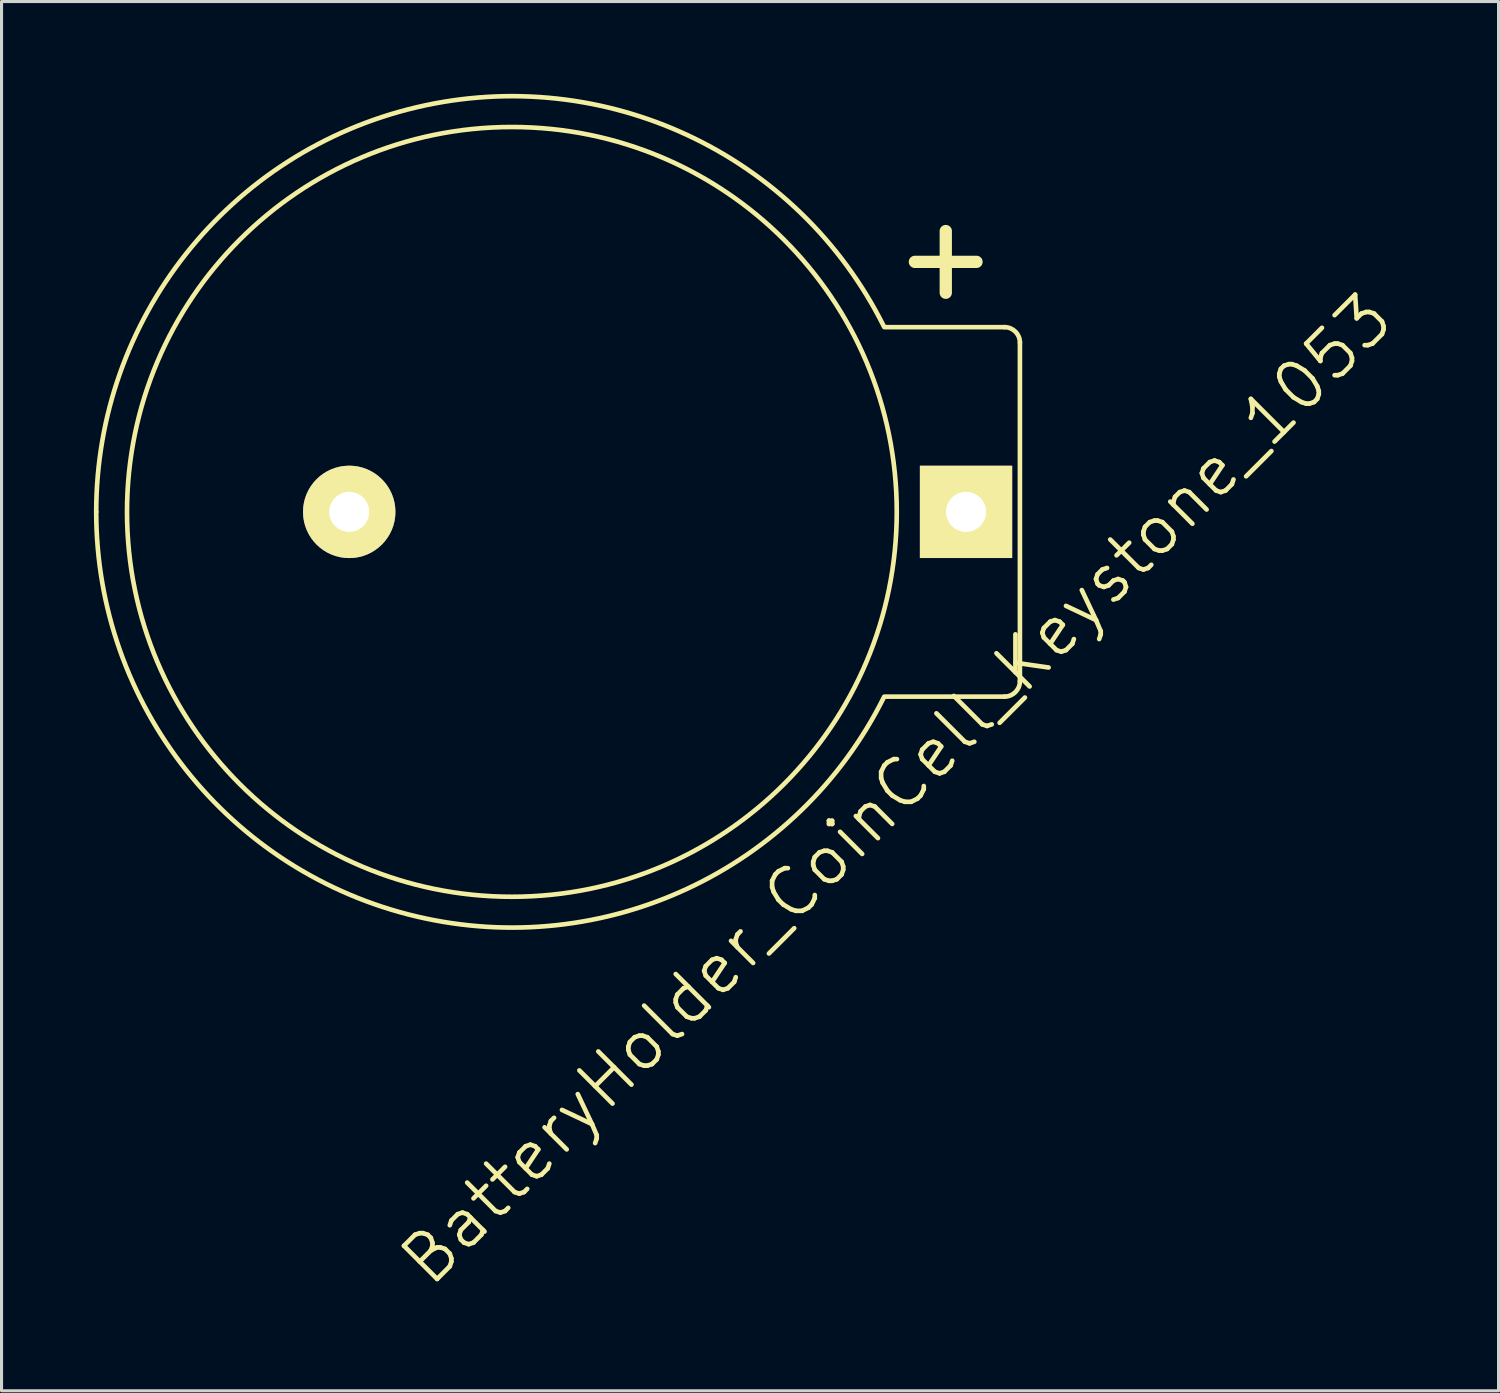
<source format=kicad_pcb>
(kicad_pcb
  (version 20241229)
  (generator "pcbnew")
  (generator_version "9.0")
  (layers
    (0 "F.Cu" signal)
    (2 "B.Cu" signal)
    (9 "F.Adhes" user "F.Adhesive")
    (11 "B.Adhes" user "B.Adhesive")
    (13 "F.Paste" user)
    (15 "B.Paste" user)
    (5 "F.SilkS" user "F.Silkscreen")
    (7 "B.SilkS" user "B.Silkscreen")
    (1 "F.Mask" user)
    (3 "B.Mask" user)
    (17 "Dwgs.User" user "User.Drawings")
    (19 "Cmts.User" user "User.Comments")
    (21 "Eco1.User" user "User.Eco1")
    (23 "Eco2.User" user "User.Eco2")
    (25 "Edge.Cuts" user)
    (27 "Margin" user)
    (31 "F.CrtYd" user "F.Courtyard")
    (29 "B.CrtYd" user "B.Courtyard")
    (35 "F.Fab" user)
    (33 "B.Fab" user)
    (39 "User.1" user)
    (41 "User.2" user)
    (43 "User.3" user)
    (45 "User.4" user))
  (footprint "BatteryHolder_CoinCell_Keystone_1053"
    (layer "F.Cu")
    (at 13.575 13.575)
    (property "Reference" "BatteryHolder_CoinCell_Keystone_1053" (at 12.5 9 45) (layer "F.SilkS") (effects (font (size 1.524 1.524) (thickness 0.15))))
    (attr through_hole)
    (fp_line (start 13.089 -8.12) (end 15.09 -8.12) (stroke (width 0.399) (type solid)) (layer "F.SilkS"))
    (fp_line (start 14.092 -7.117) (end 14.092 -9.121) (stroke (width 0.399) (type solid)) (layer "F.SilkS"))
    (fp_line (start 16 -6) (end 12.1 -6) (stroke (width 0.15) (type solid)) (layer "F.SilkS"))
    (fp_line (start 16 6) (end 12.1 6) (stroke (width 0.15) (type solid)) (layer "F.SilkS"))
    (fp_line (start 16.5 -5.5) (end 16.5 5.5) (stroke (width 0.15) (type solid)) (layer "F.SilkS"))
    (fp_arc (start -13.5 0) (mid -3.094205 -13.14062) (end 12.081614 -6.02367) (stroke (width 0.15) (type solid)) (layer "F.SilkS"))
    (fp_arc (start -12.5 0) (mid 12.5 0) (end -12.5 0) (stroke (width 0.15) (type solid)) (layer "F.SilkS"))
    (fp_arc (start 12.081614 6.02367) (mid -3.094205 13.14062) (end -13.5 0) (stroke (width 0.15) (type solid)) (layer "F.SilkS"))
    (fp_arc (start 16 -6) (mid 16.353553 -5.853553) (end 16.5 -5.5) (stroke (width 0.15) (type solid)) (layer "F.SilkS"))
    (fp_arc (start 16.5 5.5) (mid 16.353553 5.853553) (end 16 6) (stroke (width 0.15) (type solid)) (layer "F.SilkS"))
    (pad "1" thru_hole rect (at 14.75 0) (size 2.997 2.997) (drill 1.3) (layers "*.Cu" "*.Mask" "F.SilkS"))
    (pad "2" thru_hole circle (at -5.283 0) (size 3 3) (drill 1.3) (layers "*.Cu" "*.Mask" "F.SilkS")))
  (gr_rect
    (start -3 -3)
    (end 45.62 42.12)
    (stroke (width 0.1) (type default))
    (fill no)
    (layer "Edge.Cuts")))
</source>
